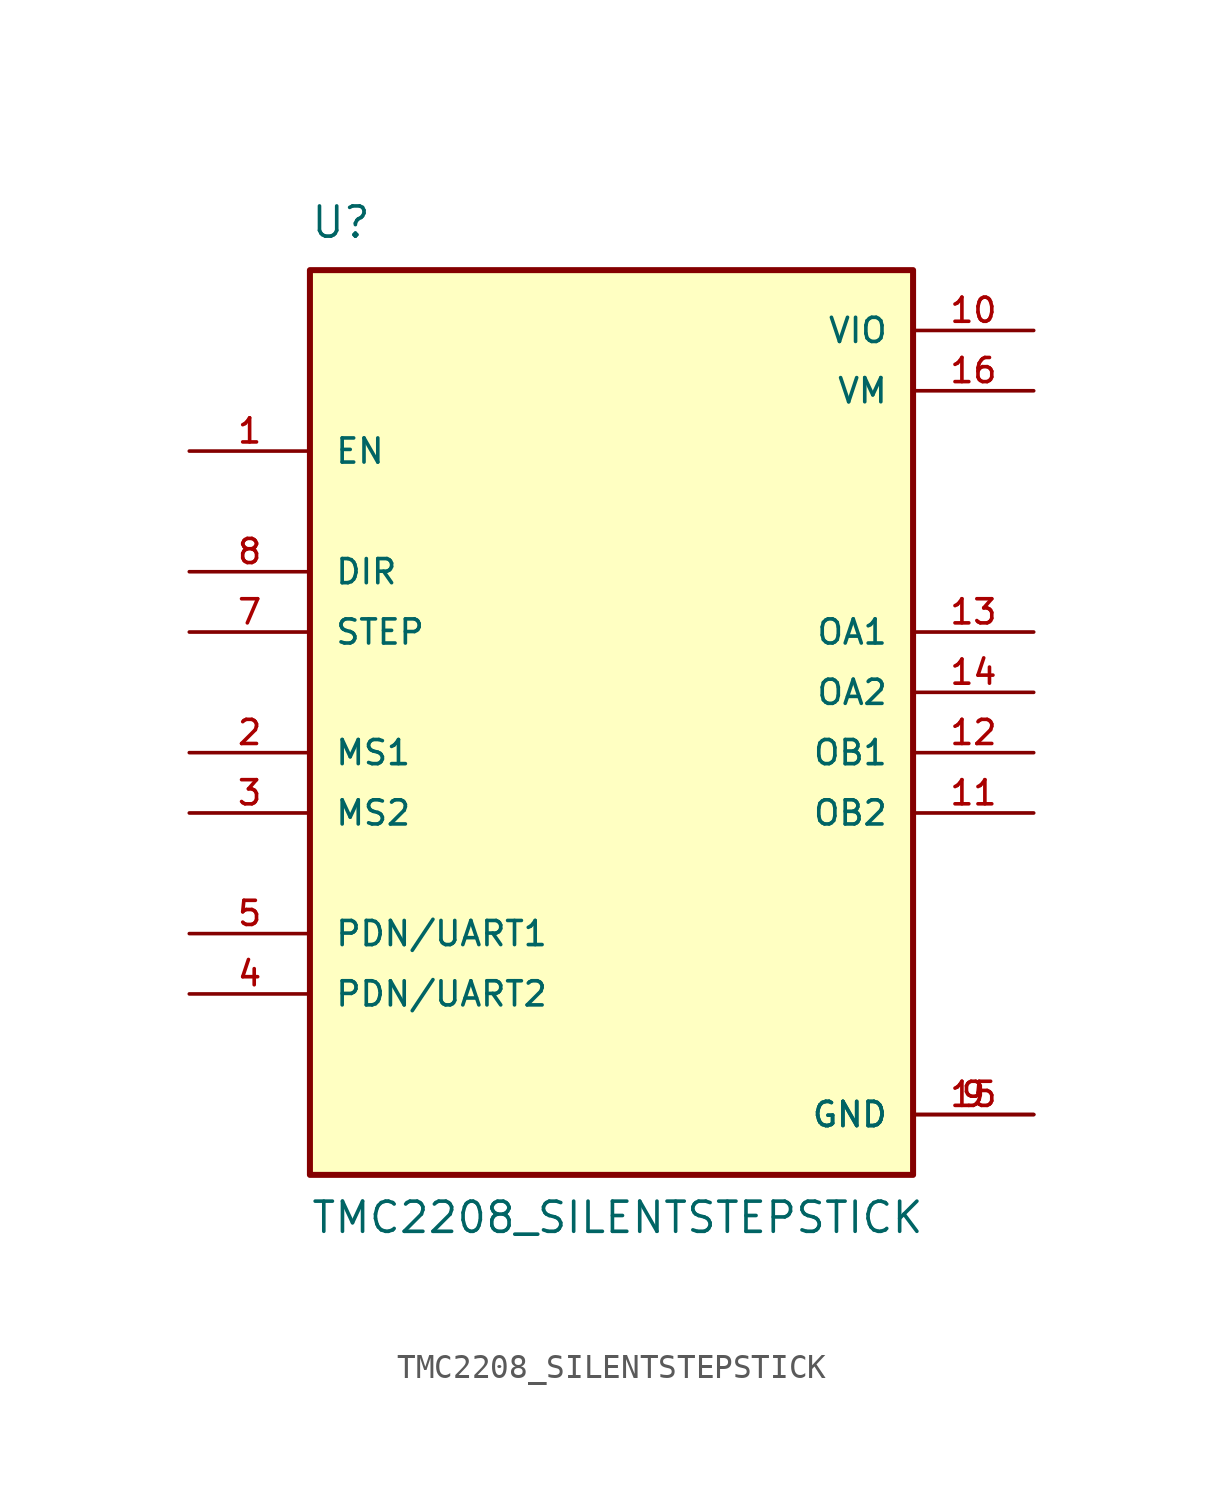
<source format=kicad_sym>
(kicad_symbol_lib
  (version 20231120)
  (generator "kicad_symbol_editor")
  (generator_version "8.0")
  (symbol "TMC2208_SILENTSTEPSTICK"
    (pin_names
      (offset 1.016))
    (property "Reference" "U"
      (at -12.7 19.05 0)
      (effects (font (size 1.27 1.27)) (justify left bottom)))
    (property "Value" "TMC2208_SILENTSTEPSTICK"
      (at -12.7 -22.86 0)
      (effects (font (size 1.27 1.27)) (justify left bottom)))
    (symbol "TMC2208_SILENTSTEPSTICK_0_0"
      (rectangle (start -12.7 -20.32) (end 12.7 17.78) (stroke (width 0.254) (type default)) (fill (type background))))
    (symbol "TMC2208_SILENTSTEPSTICK_1_0"
      (pin input line (at -17.78 10.16 0) (length 5.08) (name "EN" (effects (font (size 1.016 1.016)))) (number "1" (effects (font (size 1.016 1.016)))))
      (pin power_in line (at 17.78 15.24 180) (length 5.08) (name "VIO" (effects (font (size 1.016 1.016)))) (number "10" (effects (font (size 1.016 1.016)))))
      (pin passive line (at 17.78 -5.08 180) (length 5.08) (name "OB2" (effects (font (size 1.016 1.016)))) (number "11" (effects (font (size 1.016 1.016)))))
      (pin passive line (at 17.78 -2.54 180) (length 5.08) (name "OB1" (effects (font (size 1.016 1.016)))) (number "12" (effects (font (size 1.016 1.016)))))
      (pin passive line (at 17.78 2.54 180) (length 5.08) (name "OA1" (effects (font (size 1.016 1.016)))) (number "13" (effects (font (size 1.016 1.016)))))
      (pin passive line (at 17.78 0 180) (length 5.08) (name "OA2" (effects (font (size 1.016 1.016)))) (number "14" (effects (font (size 1.016 1.016)))))
      (pin power_in line (at 17.78 -17.78 180) (length 5.08) (name "GND" (effects (font (size 1.016 1.016)))) (number "15" (effects (font (size 1.016 1.016)))))
      (pin power_in line (at 17.78 12.7 180) (length 5.08) (name "VM" (effects (font (size 1.016 1.016)))) (number "16" (effects (font (size 1.016 1.016)))))
      (pin input line (at -17.78 -2.54 0) (length 5.08) (name "MS1" (effects (font (size 1.016 1.016)))) (number "2" (effects (font (size 1.016 1.016)))))
      (pin input line (at -17.78 -5.08 0) (length 5.08) (name "MS2" (effects (font (size 1.016 1.016)))) (number "3" (effects (font (size 1.016 1.016)))))
      (pin bidirectional line (at -17.78 -12.7 0) (length 5.08) (name "PDN/UART2" (effects (font (size 1.016 1.016)))) (number "4" (effects (font (size 1.016 1.016)))))
      (pin bidirectional line (at -17.78 -10.16 0) (length 5.08) (name "PDN/UART1" (effects (font (size 1.016 1.016)))) (number "5" (effects (font (size 1.016 1.016)))))
      (pin input line (at -17.78 2.54 0) (length 5.08) (name "STEP" (effects (font (size 1.016 1.016)))) (number "7" (effects (font (size 1.016 1.016)))))
      (pin input line (at -17.78 5.08 0) (length 5.08) (name "DIR" (effects (font (size 1.016 1.016)))) (number "8" (effects (font (size 1.016 1.016)))))
      (pin power_in line (at 17.78 -17.78 180) (length 5.08) (name "GND" (effects (font (size 1.016 1.016)))) (number "9" (effects (font (size 1.016 1.016))))))))
</source>
